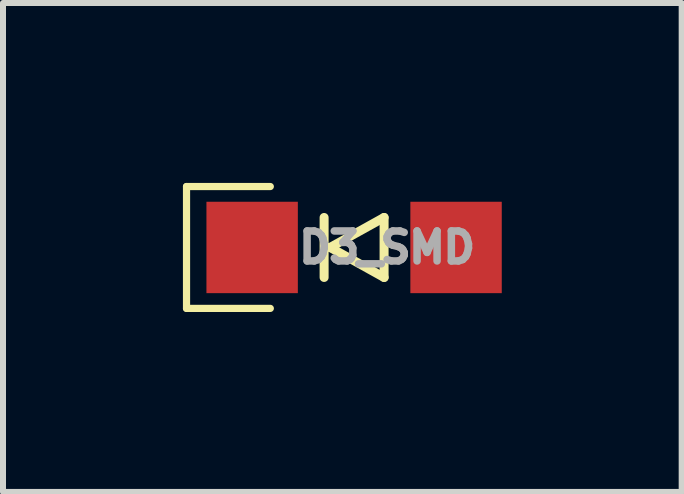
<source format=kicad_pcb>
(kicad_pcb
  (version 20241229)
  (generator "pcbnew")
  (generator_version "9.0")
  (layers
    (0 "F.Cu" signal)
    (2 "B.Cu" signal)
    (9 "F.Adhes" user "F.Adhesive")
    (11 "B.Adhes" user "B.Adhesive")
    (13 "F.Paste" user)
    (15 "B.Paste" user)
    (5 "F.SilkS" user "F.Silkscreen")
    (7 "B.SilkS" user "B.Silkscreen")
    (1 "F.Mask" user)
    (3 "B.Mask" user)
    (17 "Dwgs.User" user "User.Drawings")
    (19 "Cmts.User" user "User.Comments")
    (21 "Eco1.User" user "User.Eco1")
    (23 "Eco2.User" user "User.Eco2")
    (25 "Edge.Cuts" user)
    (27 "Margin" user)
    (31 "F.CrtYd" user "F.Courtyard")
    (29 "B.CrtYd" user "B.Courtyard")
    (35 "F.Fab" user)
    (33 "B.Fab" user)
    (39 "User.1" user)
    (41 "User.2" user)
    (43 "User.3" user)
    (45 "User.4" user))
  (footprint "D3_SMD"
    (layer "F.Cu")
    (at 2.854 1.076)
    (property "Reference" "D3_SMD" (at 0.55 0 180) (layer "F.Fab") (effects (font (size 0.5 0.5) (thickness 0.125))))
    (attr through_hole)
    (fp_line (start -2.794 -1.016) (end -2.794 1.016) (stroke (width 0.12) (type solid)) (layer "F.SilkS"))
    (fp_line (start -2.794 1.016) (end -1.397 1.016) (stroke (width 0.12) (type solid)) (layer "F.SilkS"))
    (fp_line (start -1.397 -1.016) (end -2.794 -1.016) (stroke (width 0.12) (type solid)) (layer "F.SilkS"))
    (fp_line (start -0.5 -0.5) (end -0.5 0.5) (stroke (width 0.15) (type solid)) (layer "F.SilkS"))
    (fp_line (start -0.4 0) (end 0.5 -0.5) (stroke (width 0.15) (type solid)) (layer "F.SilkS"))
    (fp_line (start 0.5 -0.5) (end 0.5 0.5) (stroke (width 0.15) (type solid)) (layer "F.SilkS"))
    (fp_line (start 0.5 0.5) (end -0.4 0) (stroke (width 0.15) (type solid)) (layer "F.SilkS"))
    (pad "1" smd rect (at -1.7 0 180) (size 1.524 1.524) (layers "F.Cu" "F.Mask" "F.Paste"))
    (pad "2" smd rect (at 1.7 0 180) (size 1.524 1.524) (layers "F.Cu" "F.Mask" "F.Paste")))
  (gr_rect
    (start -3 -3)
    (end 8.316 5.152)
    (stroke (width 0.1) (type default))
    (fill no)
    (layer "Edge.Cuts")))
</source>
